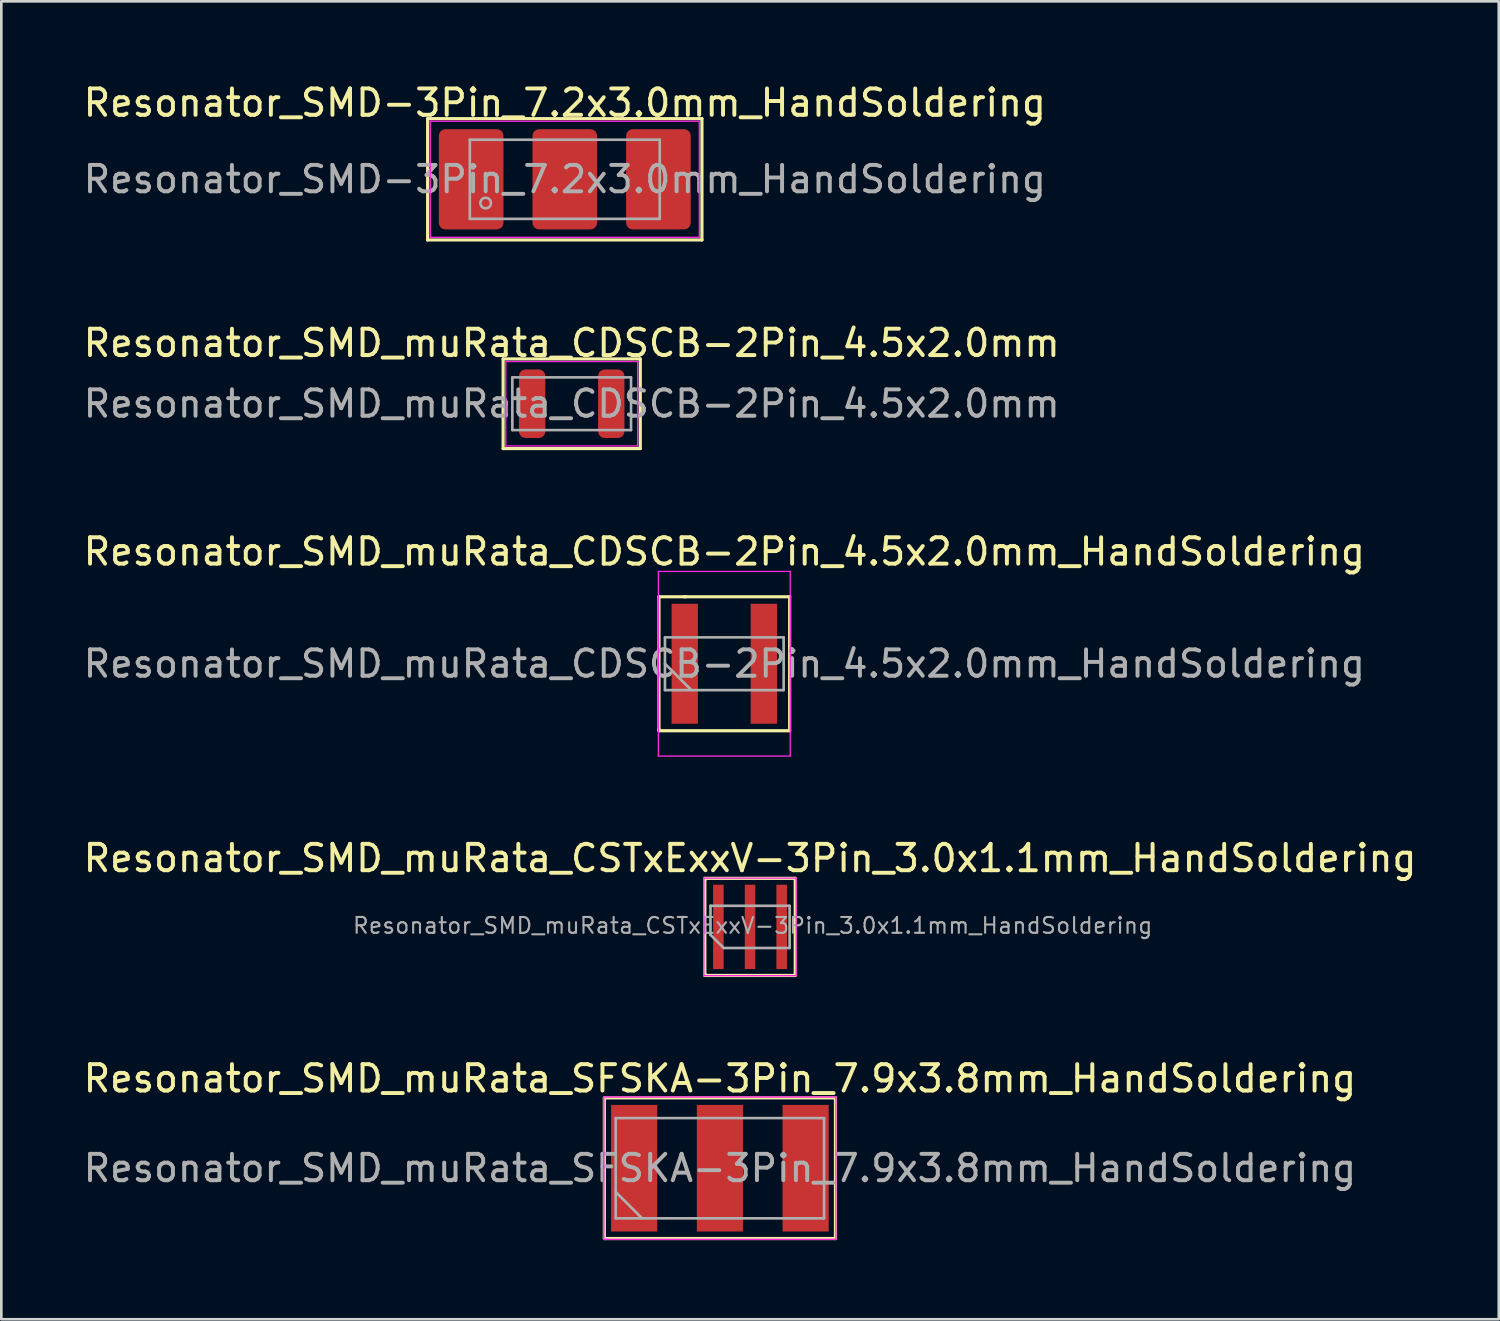
<source format=kicad_pcb>
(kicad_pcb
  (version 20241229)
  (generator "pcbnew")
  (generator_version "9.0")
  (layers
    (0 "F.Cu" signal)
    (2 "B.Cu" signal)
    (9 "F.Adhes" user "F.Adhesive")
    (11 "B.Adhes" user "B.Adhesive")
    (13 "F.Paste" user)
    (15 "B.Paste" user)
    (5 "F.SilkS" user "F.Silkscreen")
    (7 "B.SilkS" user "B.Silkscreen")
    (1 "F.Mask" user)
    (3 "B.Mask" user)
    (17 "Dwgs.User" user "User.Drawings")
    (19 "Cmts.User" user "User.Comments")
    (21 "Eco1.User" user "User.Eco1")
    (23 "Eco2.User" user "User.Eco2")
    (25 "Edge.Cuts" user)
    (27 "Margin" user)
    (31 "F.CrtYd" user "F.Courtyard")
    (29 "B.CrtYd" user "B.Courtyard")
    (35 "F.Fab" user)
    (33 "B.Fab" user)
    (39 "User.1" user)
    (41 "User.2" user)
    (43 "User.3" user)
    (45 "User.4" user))
  (footprint "Resonator_SMD_muRata_CSTxExxV-3Pin_3.0x1.1mm_HandSoldering"
    (layer "F.Cu")
    (at 25.387 32.092)
    (property "Reference" "Resonator_SMD_muRata_CSTxExxV-3Pin_3.0x1.1mm_HandSoldering" (at 0 -2.603 0) (layer "F.SilkS") (effects (font (size 1 1) (thickness 0.15))))
    (attr smd)
    (fp_line (start -1.714 -1.841) (end -1.714 -1.778) (stroke (width 0.12) (type solid)) (layer "F.SilkS"))
    (fp_line (start -1.714 -1.778) (end -1.714 1.778) (stroke (width 0.12) (type solid)) (layer "F.SilkS"))
    (fp_line (start -1.714 1.778) (end -1.714 1.841) (stroke (width 0.12) (type solid)) (layer "F.SilkS"))
    (fp_line (start -1.714 1.841) (end 1.714 1.841) (stroke (width 0.12) (type solid)) (layer "F.SilkS"))
    (fp_line (start 1.714 -1.841) (end -1.714 -1.841) (stroke (width 0.12) (type solid)) (layer "F.SilkS"))
    (fp_line (start 1.714 1.841) (end 1.714 -1.841) (stroke (width 0.12) (type solid)) (layer "F.SilkS"))
    (fp_line (start -1.75 -1.85) (end 1.75 -1.85) (stroke (width 0.05) (type solid)) (layer "F.CrtYd"))
    (fp_line (start -1.75 1.85) (end -1.75 -1.85) (stroke (width 0.05) (type solid)) (layer "F.CrtYd"))
    (fp_line (start 1.75 -1.85) (end 1.75 1.85) (stroke (width 0.05) (type solid)) (layer "F.CrtYd"))
    (fp_line (start 1.75 1.85) (end -1.75 1.85) (stroke (width 0.05) (type solid)) (layer "F.CrtYd"))
    (fp_line (start -1.5 0.3) (end -1.5 -0.8) (stroke (width 0.1) (type solid)) (layer "F.Fab"))
    (fp_line (start -1 0.8) (end -1.5 0.3) (stroke (width 0.1) (type solid)) (layer "F.Fab"))
    (fp_line (start -1 0.8) (end 1.5 0.8) (stroke (width 0.1) (type solid)) (layer "F.Fab"))
    (fp_line (start 1.5 -0.8) (end -1.5 -0.8) (stroke (width 0.1) (type solid)) (layer "F.Fab"))
    (fp_line (start 1.5 0.8) (end 1.5 -0.8) (stroke (width 0.1) (type solid)) (layer "F.Fab"))
    (fp_text user "${REFERENCE}" (at 0.1 -0.05 0) (layer "F.Fab") (effects (font (size 0.6 0.6) (thickness 0.08))))
    (pad "1" smd rect (at -1.2 0) (size 0.4 3.2) (layers "F.Cu" "F.Mask" "F.Paste"))
    (pad "2" smd rect (at 0 0) (size 0.4 3.2) (layers "F.Cu" "F.Mask" "F.Paste"))
    (pad "3" smd rect (at 1.2 0) (size 0.4 3.2) (layers "F.Cu" "F.Mask" "F.Paste")))
  (footprint "Resonator_SMD-3Pin_7.2x3.0mm_HandSoldering"
    (layer "F.Cu")
    (at 18.363 3.748)
    (property "Reference" "Resonator_SMD-3Pin_7.2x3.0mm_HandSoldering" (at 0 -2.9 0) (layer "F.SilkS") (effects (font (size 1 1) (thickness 0.15))))
    (attr smd)
    (fp_line (start -5.2 -2.3) (end -5.2 2.3) (stroke (width 0.12) (type solid)) (layer "F.SilkS"))
    (fp_line (start -5.2 2.3) (end 5.2 2.3) (stroke (width 0.12) (type solid)) (layer "F.SilkS"))
    (fp_line (start 5.2 -2.3) (end -5.2 -2.3) (stroke (width 0.12) (type solid)) (layer "F.SilkS"))
    (fp_line (start 5.2 2.3) (end 5.2 -2.3) (stroke (width 0.12) (type solid)) (layer "F.SilkS"))
    (fp_line (start -5.1 -2.2) (end -5.1 2.2) (stroke (width 0.05) (type solid)) (layer "F.CrtYd"))
    (fp_line (start -5.1 2.2) (end 5.1 2.2) (stroke (width 0.05) (type solid)) (layer "F.CrtYd"))
    (fp_line (start 5.1 -2.2) (end -5.1 -2.2) (stroke (width 0.05) (type solid)) (layer "F.CrtYd"))
    (fp_line (start 5.1 2.2) (end 5.1 -2.2) (stroke (width 0.05) (type solid)) (layer "F.CrtYd"))
    (fp_line (start -3.6 -1.5) (end -3.6 1.5) (stroke (width 0.1) (type solid)) (layer "F.Fab"))
    (fp_line (start -3.6 1.5) (end 3.6 1.5) (stroke (width 0.1) (type solid)) (layer "F.Fab"))
    (fp_line (start 3.6 -1.5) (end -3.6 -1.5) (stroke (width 0.1) (type solid)) (layer "F.Fab"))
    (fp_line (start 3.6 1.5) (end 3.6 -1.5) (stroke (width 0.1) (type solid)) (layer "F.Fab"))
    (fp_circle (center -3 0.9) (end -2.8 0.9) (stroke (width 0.1) (type solid)) (fill no) (layer "F.Fab"))
    (fp_text user "${REFERENCE}" (at 0 0 0) (layer "F.Fab") (effects (font (size 1 1) (thickness 0.15))))
    (pad "1" smd roundrect (at -3.55 0) (size 2.45 3.8) (layers "F.Cu" "F.Mask" "F.Paste") (roundrect_rratio 0.102))
    (pad "2" smd roundrect (at 0 0) (size 2.45 3.8) (layers "F.Cu" "F.Mask" "F.Paste") (roundrect_rratio 0.102))
    (pad "3" smd roundrect (at 3.55 0) (size 2.45 3.8) (layers "F.Cu" "F.Mask" "F.Paste") (roundrect_rratio 0.102)))
  (footprint "Resonator_SMD_muRata_SFSKA-3Pin_7.9x3.8mm_HandSoldering"
    (layer "F.Cu")
    (at 24.244 41.241)
    (property "Reference" "Resonator_SMD_muRata_SFSKA-3Pin_7.9x3.8mm_HandSoldering" (at 0 -3.4 0) (layer "F.SilkS") (effects (font (size 1 1) (thickness 0.15))))
    (attr smd)
    (fp_line (start -4.381 -2.667) (end 4.381 -2.667) (stroke (width 0.12) (type solid)) (layer "F.SilkS"))
    (fp_line (start -4.381 2.667) (end -4.381 -2.667) (stroke (width 0.12) (type solid)) (layer "F.SilkS"))
    (fp_line (start 4.381 -2.667) (end 4.381 2.667) (stroke (width 0.12) (type solid)) (layer "F.SilkS"))
    (fp_line (start 4.381 2.667) (end -4.381 2.667) (stroke (width 0.12) (type solid)) (layer "F.SilkS"))
    (fp_line (start -4.4 -2.7) (end -4.4 2.7) (stroke (width 0.05) (type solid)) (layer "F.CrtYd"))
    (fp_line (start -4.4 2.7) (end 4.4 2.7) (stroke (width 0.05) (type solid)) (layer "F.CrtYd"))
    (fp_line (start 4.4 -2.7) (end -4.4 -2.7) (stroke (width 0.05) (type solid)) (layer "F.CrtYd"))
    (fp_line (start 4.4 2.7) (end 4.4 -2.7) (stroke (width 0.05) (type solid)) (layer "F.CrtYd"))
    (fp_line (start -3.95 -1.9) (end -3.95 1.9) (stroke (width 0.1) (type solid)) (layer "F.Fab"))
    (fp_line (start -3.95 0.9) (end -2.95 1.9) (stroke (width 0.1) (type solid)) (layer "F.Fab"))
    (fp_line (start -3.95 1.9) (end 3.95 1.9) (stroke (width 0.1) (type solid)) (layer "F.Fab"))
    (fp_line (start 3.95 -1.9) (end -3.95 -1.9) (stroke (width 0.1) (type solid)) (layer "F.Fab"))
    (fp_line (start 3.95 1.9) (end 3.95 -1.9) (stroke (width 0.1) (type solid)) (layer "F.Fab"))
    (fp_text user "${REFERENCE}" (at 0 0 0) (layer "F.Fab") (effects (font (size 1 1) (thickness 0.15))))
    (pad "1" smd rect (at -3.25 0) (size 1.75 4.8) (layers "F.Cu" "F.Mask" "F.Paste"))
    (pad "2" smd rect (at 0 0) (size 1.75 4.8) (layers "F.Cu" "F.Mask" "F.Paste"))
    (pad "3" smd rect (at 3.25 0) (size 1.75 4.8) (layers "F.Cu" "F.Mask" "F.Paste")))
  (footprint "Resonator_SMD_muRata_CDSCB-2Pin_4.5x2.0mm_HandSoldering"
    (layer "F.Cu")
    (at 24.411 22.115)
    (property "Reference" "Resonator_SMD_muRata_CDSCB-2Pin_4.5x2.0mm_HandSoldering" (at 0 -4.25 0) (layer "F.SilkS") (effects (font (size 1 1) (thickness 0.15))))
    (attr smd)
    (fp_line (start -2.477 -2.54) (end -2.477 2.477) (stroke (width 0.12) (type solid)) (layer "F.SilkS"))
    (fp_line (start -2.477 2.477) (end -2.477 2.54) (stroke (width 0.12) (type solid)) (layer "F.SilkS"))
    (fp_line (start -2.477 2.54) (end 2.477 2.54) (stroke (width 0.12) (type solid)) (layer "F.SilkS"))
    (fp_line (start -1.46 -2.54) (end -2.477 -2.54) (stroke (width 0.12) (type solid)) (layer "F.SilkS"))
    (fp_line (start 2.477 -2.54) (end -1.524 -2.54) (stroke (width 0.12) (type solid)) (layer "F.SilkS"))
    (fp_line (start 2.477 2.54) (end 2.477 -2.54) (stroke (width 0.12) (type solid)) (layer "F.SilkS"))
    (fp_line (start -2.5 -3.5) (end -2.5 3.5) (stroke (width 0.05) (type solid)) (layer "F.CrtYd"))
    (fp_line (start -2.5 3.5) (end 2.5 3.5) (stroke (width 0.05) (type solid)) (layer "F.CrtYd"))
    (fp_line (start 2.5 -3.5) (end -2.5 -3.5) (stroke (width 0.05) (type solid)) (layer "F.CrtYd"))
    (fp_line (start 2.5 3.5) (end 2.5 -3.5) (stroke (width 0.05) (type solid)) (layer "F.CrtYd"))
    (fp_line (start -2.25 -1) (end -2.25 1) (stroke (width 0.1) (type solid)) (layer "F.Fab"))
    (fp_line (start -2.25 0) (end -1.25 1) (stroke (width 0.1) (type solid)) (layer "F.Fab"))
    (fp_line (start -2.25 1) (end 2.25 1) (stroke (width 0.1) (type solid)) (layer "F.Fab"))
    (fp_line (start 2.25 -1) (end -2.25 -1) (stroke (width 0.1) (type solid)) (layer "F.Fab"))
    (fp_line (start 2.25 1) (end 2.25 -1) (stroke (width 0.1) (type solid)) (layer "F.Fab"))
    (fp_text user "${REFERENCE}" (at 0 0 0) (layer "F.Fab") (effects (font (size 1 1) (thickness 0.15))))
    (pad "1" smd rect (at -1.5 0) (size 1 4.55) (layers "F.Cu" "F.Mask" "F.Paste"))
    (pad "2" smd rect (at 1.5 0) (size 1 4.55) (layers "F.Cu" "F.Mask" "F.Paste")))
  (footprint "Resonator_SMD_muRata_CDSCB-2Pin_4.5x2.0mm"
    (layer "F.Cu")
    (at 18.625 12.257)
    (property "Reference" "Resonator_SMD_muRata_CDSCB-2Pin_4.5x2.0mm" (at 0 -2.3 0) (layer "F.SilkS") (effects (font (size 1 1) (thickness 0.15))))
    (attr smd)
    (fp_line (start -2.6 -1.7) (end -2.6 1.7) (stroke (width 0.12) (type solid)) (layer "F.SilkS"))
    (fp_line (start -2.6 1.7) (end 2.6 1.7) (stroke (width 0.12) (type solid)) (layer "F.SilkS"))
    (fp_line (start 2.6 -1.7) (end -2.6 -1.7) (stroke (width 0.12) (type solid)) (layer "F.SilkS"))
    (fp_line (start 2.6 1.7) (end 2.6 -1.7) (stroke (width 0.12) (type solid)) (layer "F.SilkS"))
    (fp_line (start -2.5 -1.6) (end -2.5 1.6) (stroke (width 0.05) (type solid)) (layer "F.CrtYd"))
    (fp_line (start -2.5 1.6) (end 2.5 1.6) (stroke (width 0.05) (type solid)) (layer "F.CrtYd"))
    (fp_line (start 2.5 -1.6) (end -2.5 -1.6) (stroke (width 0.05) (type solid)) (layer "F.CrtYd"))
    (fp_line (start 2.5 1.6) (end 2.5 -1.6) (stroke (width 0.05) (type solid)) (layer "F.CrtYd"))
    (fp_line (start -2.25 -1) (end -2.25 1) (stroke (width 0.1) (type solid)) (layer "F.Fab"))
    (fp_line (start -2.25 1) (end 2.25 1) (stroke (width 0.1) (type solid)) (layer "F.Fab"))
    (fp_line (start 2.25 -1) (end -2.25 -1) (stroke (width 0.1) (type solid)) (layer "F.Fab"))
    (fp_line (start 2.25 1) (end 2.25 -1) (stroke (width 0.1) (type solid)) (layer "F.Fab"))
    (fp_text user "${REFERENCE}" (at 0 0 0) (layer "F.Fab") (effects (font (size 1 1) (thickness 0.15))))
    (pad "1" smd roundrect (at -1.5 0) (size 1 2.6) (layers "F.Cu" "F.Mask" "F.Paste") (roundrect_rratio 0.25))
    (pad "2" smd roundrect (at 1.5 0) (size 1 2.6) (layers "F.Cu" "F.Mask" "F.Paste") (roundrect_rratio 0.25)))
  (gr_rect
    (start -3 -3)
    (end 53.774 46.968)
    (stroke (width 0.1) (type default))
    (fill no)
    (layer "Edge.Cuts")))
</source>
